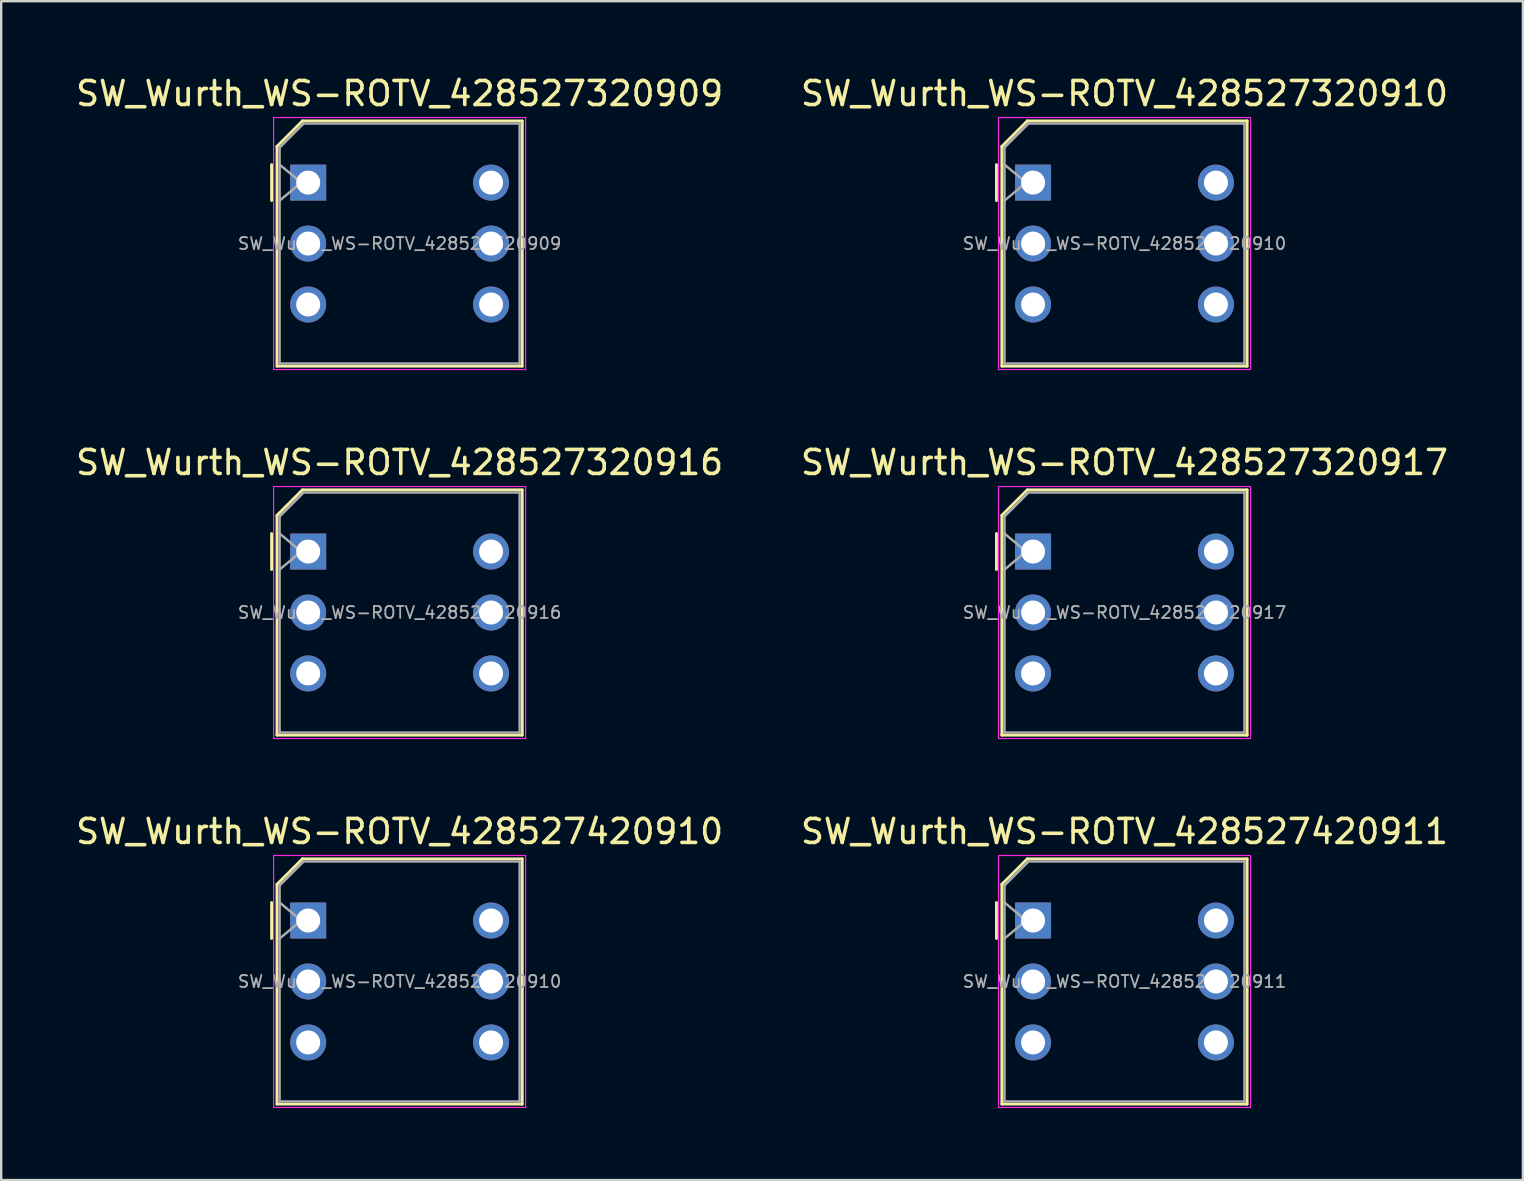
<source format=kicad_pcb>
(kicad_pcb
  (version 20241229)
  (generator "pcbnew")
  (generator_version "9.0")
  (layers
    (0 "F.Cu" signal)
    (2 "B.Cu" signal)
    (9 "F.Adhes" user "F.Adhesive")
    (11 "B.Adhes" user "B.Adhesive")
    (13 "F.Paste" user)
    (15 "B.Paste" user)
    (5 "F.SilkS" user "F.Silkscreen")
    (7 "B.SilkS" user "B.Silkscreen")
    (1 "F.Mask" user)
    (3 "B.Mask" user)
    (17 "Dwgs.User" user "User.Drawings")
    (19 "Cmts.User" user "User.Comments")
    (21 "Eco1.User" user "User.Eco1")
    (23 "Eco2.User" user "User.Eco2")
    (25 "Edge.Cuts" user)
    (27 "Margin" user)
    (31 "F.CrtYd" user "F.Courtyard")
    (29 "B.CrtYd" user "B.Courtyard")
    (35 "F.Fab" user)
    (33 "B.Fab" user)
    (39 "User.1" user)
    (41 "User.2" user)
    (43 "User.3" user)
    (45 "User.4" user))
  (footprint "SW_Wurth_WS-ROTV_428527320909"
    (layer "F.Cu")
    (at 9.791 4.558)
    (property "Reference" "SW_Wurth_WS-ROTV_428527320909" (at 3.81 -3.71 0) (unlocked yes) (layer "F.SilkS") (effects (font (size 1 1) (thickness 0.15))))
    (attr smd)
    (fp_line (start -1.525 -0.75) (end -1.525 0.75) (stroke (width 0.12) (type solid)) (layer "F.SilkS"))
    (fp_line (start -1.3 -1.51) (end -0.24 -2.57) (stroke (width 0.12) (type default)) (layer "F.SilkS"))
    (fp_line (start -1.3 7.65) (end -1.3 -1.51) (stroke (width 0.12) (type default)) (layer "F.SilkS"))
    (fp_line (start -0.24 -2.57) (end 8.92 -2.57) (stroke (width 0.12) (type default)) (layer "F.SilkS"))
    (fp_line (start 8.92 -2.57) (end 8.92 7.65) (stroke (width 0.12) (type default)) (layer "F.SilkS"))
    (fp_line (start 8.92 7.65) (end -1.3 7.65) (stroke (width 0.12) (type default)) (layer "F.SilkS"))
    (fp_rect (start -1.44 -2.71) (end 9.06 7.79) (stroke (width 0.05) (type solid)) (fill no) (layer "F.CrtYd"))
    (fp_line (start -1.19 -1.46) (end -0.19 -2.46) (stroke (width 0.1) (type default)) (layer "F.Fab"))
    (fp_line (start -1.19 -0.75) (end -0.29 0) (stroke (width 0.1) (type solid)) (layer "F.Fab"))
    (fp_line (start -1.19 0.75) (end -0.29 0) (stroke (width 0.1) (type solid)) (layer "F.Fab"))
    (fp_line (start -1.19 7.54) (end -1.19 -1.46) (stroke (width 0.1) (type default)) (layer "F.Fab"))
    (fp_line (start -0.19 -2.46) (end 8.81 -2.46) (stroke (width 0.1) (type default)) (layer "F.Fab"))
    (fp_line (start 8.81 -2.46) (end 8.81 7.54) (stroke (width 0.1) (type default)) (layer "F.Fab"))
    (fp_line (start 8.81 7.54) (end -1.19 7.54) (stroke (width 0.1) (type default)) (layer "F.Fab"))
    (fp_text user "${REFERENCE}" (at 3.81 2.54 0) (unlocked yes) (layer "F.Fab") (effects (font (size 0.5 0.5) (thickness 0.075))))
    (pad "1" thru_hole rect (at 0 0) (size 1.5 1.5) (drill 1) (layers "*.Cu" "*.Mask"))
    (pad "2" thru_hole circle (at 7.62 5.08) (size 1.5 1.5) (drill 1) (layers "*.Cu" "*.Mask"))
    (pad "4" thru_hole circle (at 0 5.08) (size 1.5 1.5) (drill 1) (layers "*.Cu" "*.Mask"))
    (pad "8" thru_hole circle (at 7.62 0) (size 1.5 1.5) (drill 1) (layers "*.Cu" "*.Mask"))
    (pad "C1" thru_hole circle (at 0 2.54) (size 1.5 1.5) (drill 1) (layers "*.Cu" "*.Mask"))
    (pad "C2" thru_hole circle (at 7.62 2.54) (size 1.5 1.5) (drill 1) (layers "*.Cu" "*.Mask")))
  (footprint "SW_Wurth_WS-ROTV_428527420910"
    (layer "F.Cu")
    (at 9.791 35.305)
    (property "Reference" "SW_Wurth_WS-ROTV_428527420910" (at 3.81 -3.71 0) (unlocked yes) (layer "F.SilkS") (effects (font (size 1 1) (thickness 0.15))))
    (attr smd)
    (fp_line (start -1.525 -0.75) (end -1.525 0.75) (stroke (width 0.12) (type solid)) (layer "F.SilkS"))
    (fp_line (start -1.3 -1.51) (end -0.24 -2.57) (stroke (width 0.12) (type default)) (layer "F.SilkS"))
    (fp_line (start -1.3 7.65) (end -1.3 -1.51) (stroke (width 0.12) (type default)) (layer "F.SilkS"))
    (fp_line (start -0.24 -2.57) (end 8.92 -2.57) (stroke (width 0.12) (type default)) (layer "F.SilkS"))
    (fp_line (start 8.92 -2.57) (end 8.92 7.65) (stroke (width 0.12) (type default)) (layer "F.SilkS"))
    (fp_line (start 8.92 7.65) (end -1.3 7.65) (stroke (width 0.12) (type default)) (layer "F.SilkS"))
    (fp_rect (start -1.44 -2.71) (end 9.06 7.79) (stroke (width 0.05) (type solid)) (fill no) (layer "F.CrtYd"))
    (fp_line (start -1.19 -1.46) (end -0.19 -2.46) (stroke (width 0.1) (type default)) (layer "F.Fab"))
    (fp_line (start -1.19 -0.75) (end -0.29 0) (stroke (width 0.1) (type solid)) (layer "F.Fab"))
    (fp_line (start -1.19 0.75) (end -0.29 0) (stroke (width 0.1) (type solid)) (layer "F.Fab"))
    (fp_line (start -1.19 7.54) (end -1.19 -1.46) (stroke (width 0.1) (type default)) (layer "F.Fab"))
    (fp_line (start -0.19 -2.46) (end 8.81 -2.46) (stroke (width 0.1) (type default)) (layer "F.Fab"))
    (fp_line (start 8.81 -2.46) (end 8.81 7.54) (stroke (width 0.1) (type default)) (layer "F.Fab"))
    (fp_line (start 8.81 7.54) (end -1.19 7.54) (stroke (width 0.1) (type default)) (layer "F.Fab"))
    (fp_text user "${REFERENCE}" (at 3.81 2.54 0) (unlocked yes) (layer "F.Fab") (effects (font (size 0.5 0.5) (thickness 0.075))))
    (pad "1" thru_hole rect (at 0 0) (size 1.5 1.5) (drill 1) (layers "*.Cu" "*.Mask"))
    (pad "2" thru_hole circle (at 7.62 5.08) (size 1.5 1.5) (drill 1) (layers "*.Cu" "*.Mask"))
    (pad "4" thru_hole circle (at 0 5.08) (size 1.5 1.5) (drill 1) (layers "*.Cu" "*.Mask"))
    (pad "8" thru_hole circle (at 7.62 0) (size 1.5 1.5) (drill 1) (layers "*.Cu" "*.Mask"))
    (pad "C1" thru_hole circle (at 0 2.54) (size 1.5 1.5) (drill 1) (layers "*.Cu" "*.Mask"))
    (pad "C2" thru_hole circle (at 7.62 2.54) (size 1.5 1.5) (drill 1) (layers "*.Cu" "*.Mask")))
  (footprint "SW_Wurth_WS-ROTV_428527320910"
    (layer "F.Cu")
    (at 39.994 4.558)
    (property "Reference" "SW_Wurth_WS-ROTV_428527320910" (at 3.81 -3.71 0) (unlocked yes) (layer "F.SilkS") (effects (font (size 1 1) (thickness 0.15))))
    (attr smd)
    (fp_line (start -1.525 -0.75) (end -1.525 0.75) (stroke (width 0.12) (type solid)) (layer "F.SilkS"))
    (fp_line (start -1.3 -1.51) (end -0.24 -2.57) (stroke (width 0.12) (type default)) (layer "F.SilkS"))
    (fp_line (start -1.3 7.65) (end -1.3 -1.51) (stroke (width 0.12) (type default)) (layer "F.SilkS"))
    (fp_line (start -0.24 -2.57) (end 8.92 -2.57) (stroke (width 0.12) (type default)) (layer "F.SilkS"))
    (fp_line (start 8.92 -2.57) (end 8.92 7.65) (stroke (width 0.12) (type default)) (layer "F.SilkS"))
    (fp_line (start 8.92 7.65) (end -1.3 7.65) (stroke (width 0.12) (type default)) (layer "F.SilkS"))
    (fp_rect (start -1.44 -2.71) (end 9.06 7.79) (stroke (width 0.05) (type solid)) (fill no) (layer "F.CrtYd"))
    (fp_line (start -1.19 -1.46) (end -0.19 -2.46) (stroke (width 0.1) (type default)) (layer "F.Fab"))
    (fp_line (start -1.19 -0.75) (end -0.29 0) (stroke (width 0.1) (type solid)) (layer "F.Fab"))
    (fp_line (start -1.19 0.75) (end -0.29 0) (stroke (width 0.1) (type solid)) (layer "F.Fab"))
    (fp_line (start -1.19 7.54) (end -1.19 -1.46) (stroke (width 0.1) (type default)) (layer "F.Fab"))
    (fp_line (start -0.19 -2.46) (end 8.81 -2.46) (stroke (width 0.1) (type default)) (layer "F.Fab"))
    (fp_line (start 8.81 -2.46) (end 8.81 7.54) (stroke (width 0.1) (type default)) (layer "F.Fab"))
    (fp_line (start 8.81 7.54) (end -1.19 7.54) (stroke (width 0.1) (type default)) (layer "F.Fab"))
    (fp_text user "${REFERENCE}" (at 3.81 2.54 0) (unlocked yes) (layer "F.Fab") (effects (font (size 0.5 0.5) (thickness 0.075))))
    (pad "1" thru_hole rect (at 0 0) (size 1.5 1.5) (drill 1) (layers "*.Cu" "*.Mask"))
    (pad "2" thru_hole circle (at 7.62 5.08) (size 1.5 1.5) (drill 1) (layers "*.Cu" "*.Mask"))
    (pad "4" thru_hole circle (at 0 5.08) (size 1.5 1.5) (drill 1) (layers "*.Cu" "*.Mask"))
    (pad "8" thru_hole circle (at 7.62 0) (size 1.5 1.5) (drill 1) (layers "*.Cu" "*.Mask"))
    (pad "C1" thru_hole circle (at 0 2.54) (size 1.5 1.5) (drill 1) (layers "*.Cu" "*.Mask"))
    (pad "C2" thru_hole circle (at 7.62 2.54) (size 1.5 1.5) (drill 1) (layers "*.Cu" "*.Mask")))
  (footprint "SW_Wurth_WS-ROTV_428527420911"
    (layer "F.Cu")
    (at 39.994 35.305)
    (property "Reference" "SW_Wurth_WS-ROTV_428527420911" (at 3.81 -3.71 0) (unlocked yes) (layer "F.SilkS") (effects (font (size 1 1) (thickness 0.15))))
    (attr smd)
    (fp_line (start -1.525 -0.75) (end -1.525 0.75) (stroke (width 0.12) (type solid)) (layer "F.SilkS"))
    (fp_line (start -1.3 -1.51) (end -0.24 -2.57) (stroke (width 0.12) (type default)) (layer "F.SilkS"))
    (fp_line (start -1.3 7.65) (end -1.3 -1.51) (stroke (width 0.12) (type default)) (layer "F.SilkS"))
    (fp_line (start -0.24 -2.57) (end 8.92 -2.57) (stroke (width 0.12) (type default)) (layer "F.SilkS"))
    (fp_line (start 8.92 -2.57) (end 8.92 7.65) (stroke (width 0.12) (type default)) (layer "F.SilkS"))
    (fp_line (start 8.92 7.65) (end -1.3 7.65) (stroke (width 0.12) (type default)) (layer "F.SilkS"))
    (fp_rect (start -1.44 -2.71) (end 9.06 7.79) (stroke (width 0.05) (type solid)) (fill no) (layer "F.CrtYd"))
    (fp_line (start -1.19 -1.46) (end -0.19 -2.46) (stroke (width 0.1) (type default)) (layer "F.Fab"))
    (fp_line (start -1.19 -0.75) (end -0.29 0) (stroke (width 0.1) (type solid)) (layer "F.Fab"))
    (fp_line (start -1.19 0.75) (end -0.29 0) (stroke (width 0.1) (type solid)) (layer "F.Fab"))
    (fp_line (start -1.19 7.54) (end -1.19 -1.46) (stroke (width 0.1) (type default)) (layer "F.Fab"))
    (fp_line (start -0.19 -2.46) (end 8.81 -2.46) (stroke (width 0.1) (type default)) (layer "F.Fab"))
    (fp_line (start 8.81 -2.46) (end 8.81 7.54) (stroke (width 0.1) (type default)) (layer "F.Fab"))
    (fp_line (start 8.81 7.54) (end -1.19 7.54) (stroke (width 0.1) (type default)) (layer "F.Fab"))
    (fp_text user "${REFERENCE}" (at 3.81 2.54 0) (unlocked yes) (layer "F.Fab") (effects (font (size 0.5 0.5) (thickness 0.075))))
    (pad "1" thru_hole rect (at 0 0) (size 1.5 1.5) (drill 1) (layers "*.Cu" "*.Mask"))
    (pad "2" thru_hole circle (at 7.62 5.08) (size 1.5 1.5) (drill 1) (layers "*.Cu" "*.Mask"))
    (pad "4" thru_hole circle (at 0 5.08) (size 1.5 1.5) (drill 1) (layers "*.Cu" "*.Mask"))
    (pad "8" thru_hole circle (at 7.62 0) (size 1.5 1.5) (drill 1) (layers "*.Cu" "*.Mask"))
    (pad "C1" thru_hole circle (at 0 2.54) (size 1.5 1.5) (drill 1) (layers "*.Cu" "*.Mask"))
    (pad "C2" thru_hole circle (at 7.62 2.54) (size 1.5 1.5) (drill 1) (layers "*.Cu" "*.Mask")))
  (footprint "SW_Wurth_WS-ROTV_428527320917"
    (layer "F.Cu")
    (at 39.994 19.931)
    (property "Reference" "SW_Wurth_WS-ROTV_428527320917" (at 3.81 -3.71 0) (unlocked yes) (layer "F.SilkS") (effects (font (size 1 1) (thickness 0.15))))
    (attr smd)
    (fp_line (start -1.525 -0.75) (end -1.525 0.75) (stroke (width 0.12) (type solid)) (layer "F.SilkS"))
    (fp_line (start -1.3 -1.51) (end -0.24 -2.57) (stroke (width 0.12) (type default)) (layer "F.SilkS"))
    (fp_line (start -1.3 7.65) (end -1.3 -1.51) (stroke (width 0.12) (type default)) (layer "F.SilkS"))
    (fp_line (start -0.24 -2.57) (end 8.92 -2.57) (stroke (width 0.12) (type default)) (layer "F.SilkS"))
    (fp_line (start 8.92 -2.57) (end 8.92 7.65) (stroke (width 0.12) (type default)) (layer "F.SilkS"))
    (fp_line (start 8.92 7.65) (end -1.3 7.65) (stroke (width 0.12) (type default)) (layer "F.SilkS"))
    (fp_rect (start -1.44 -2.71) (end 9.06 7.79) (stroke (width 0.05) (type solid)) (fill no) (layer "F.CrtYd"))
    (fp_line (start -1.19 -1.46) (end -0.19 -2.46) (stroke (width 0.1) (type default)) (layer "F.Fab"))
    (fp_line (start -1.19 -0.75) (end -0.29 0) (stroke (width 0.1) (type solid)) (layer "F.Fab"))
    (fp_line (start -1.19 0.75) (end -0.29 0) (stroke (width 0.1) (type solid)) (layer "F.Fab"))
    (fp_line (start -1.19 7.54) (end -1.19 -1.46) (stroke (width 0.1) (type default)) (layer "F.Fab"))
    (fp_line (start -0.19 -2.46) (end 8.81 -2.46) (stroke (width 0.1) (type default)) (layer "F.Fab"))
    (fp_line (start 8.81 -2.46) (end 8.81 7.54) (stroke (width 0.1) (type default)) (layer "F.Fab"))
    (fp_line (start 8.81 7.54) (end -1.19 7.54) (stroke (width 0.1) (type default)) (layer "F.Fab"))
    (fp_text user "${REFERENCE}" (at 3.81 2.54 0) (unlocked yes) (layer "F.Fab") (effects (font (size 0.5 0.5) (thickness 0.075))))
    (pad "1" thru_hole rect (at 0 0) (size 1.5 1.5) (drill 1) (layers "*.Cu" "*.Mask"))
    (pad "2" thru_hole circle (at 7.62 5.08) (size 1.5 1.5) (drill 1) (layers "*.Cu" "*.Mask"))
    (pad "4" thru_hole circle (at 0 5.08) (size 1.5 1.5) (drill 1) (layers "*.Cu" "*.Mask"))
    (pad "8" thru_hole circle (at 7.62 0) (size 1.5 1.5) (drill 1) (layers "*.Cu" "*.Mask"))
    (pad "C1" thru_hole circle (at 0 2.54) (size 1.5 1.5) (drill 1) (layers "*.Cu" "*.Mask"))
    (pad "C2" thru_hole circle (at 7.62 2.54) (size 1.5 1.5) (drill 1) (layers "*.Cu" "*.Mask")))
  (footprint "SW_Wurth_WS-ROTV_428527320916"
    (layer "F.Cu")
    (at 9.791 19.931)
    (property "Reference" "SW_Wurth_WS-ROTV_428527320916" (at 3.81 -3.71 0) (unlocked yes) (layer "F.SilkS") (effects (font (size 1 1) (thickness 0.15))))
    (attr smd)
    (fp_line (start -1.525 -0.75) (end -1.525 0.75) (stroke (width 0.12) (type solid)) (layer "F.SilkS"))
    (fp_line (start -1.3 -1.51) (end -0.24 -2.57) (stroke (width 0.12) (type default)) (layer "F.SilkS"))
    (fp_line (start -1.3 7.65) (end -1.3 -1.51) (stroke (width 0.12) (type default)) (layer "F.SilkS"))
    (fp_line (start -0.24 -2.57) (end 8.92 -2.57) (stroke (width 0.12) (type default)) (layer "F.SilkS"))
    (fp_line (start 8.92 -2.57) (end 8.92 7.65) (stroke (width 0.12) (type default)) (layer "F.SilkS"))
    (fp_line (start 8.92 7.65) (end -1.3 7.65) (stroke (width 0.12) (type default)) (layer "F.SilkS"))
    (fp_rect (start -1.44 -2.71) (end 9.06 7.79) (stroke (width 0.05) (type solid)) (fill no) (layer "F.CrtYd"))
    (fp_line (start -1.19 -1.46) (end -0.19 -2.46) (stroke (width 0.1) (type default)) (layer "F.Fab"))
    (fp_line (start -1.19 -0.75) (end -0.29 0) (stroke (width 0.1) (type solid)) (layer "F.Fab"))
    (fp_line (start -1.19 0.75) (end -0.29 0) (stroke (width 0.1) (type solid)) (layer "F.Fab"))
    (fp_line (start -1.19 7.54) (end -1.19 -1.46) (stroke (width 0.1) (type default)) (layer "F.Fab"))
    (fp_line (start -0.19 -2.46) (end 8.81 -2.46) (stroke (width 0.1) (type default)) (layer "F.Fab"))
    (fp_line (start 8.81 -2.46) (end 8.81 7.54) (stroke (width 0.1) (type default)) (layer "F.Fab"))
    (fp_line (start 8.81 7.54) (end -1.19 7.54) (stroke (width 0.1) (type default)) (layer "F.Fab"))
    (fp_text user "${REFERENCE}" (at 3.81 2.54 0) (unlocked yes) (layer "F.Fab") (effects (font (size 0.5 0.5) (thickness 0.075))))
    (pad "1" thru_hole rect (at 0 0) (size 1.5 1.5) (drill 1) (layers "*.Cu" "*.Mask"))
    (pad "2" thru_hole circle (at 7.62 5.08) (size 1.5 1.5) (drill 1) (layers "*.Cu" "*.Mask"))
    (pad "4" thru_hole circle (at 0 5.08) (size 1.5 1.5) (drill 1) (layers "*.Cu" "*.Mask"))
    (pad "8" thru_hole circle (at 7.62 0) (size 1.5 1.5) (drill 1) (layers "*.Cu" "*.Mask"))
    (pad "C1" thru_hole circle (at 0 2.54) (size 1.5 1.5) (drill 1) (layers "*.Cu" "*.Mask"))
    (pad "C2" thru_hole circle (at 7.62 2.54) (size 1.5 1.5) (drill 1) (layers "*.Cu" "*.Mask")))
  (gr_rect
    (start -3 -3)
    (end 60.405 46.12)
    (stroke (width 0.1) (type default))
    (fill no)
    (layer "Edge.Cuts")))
</source>
